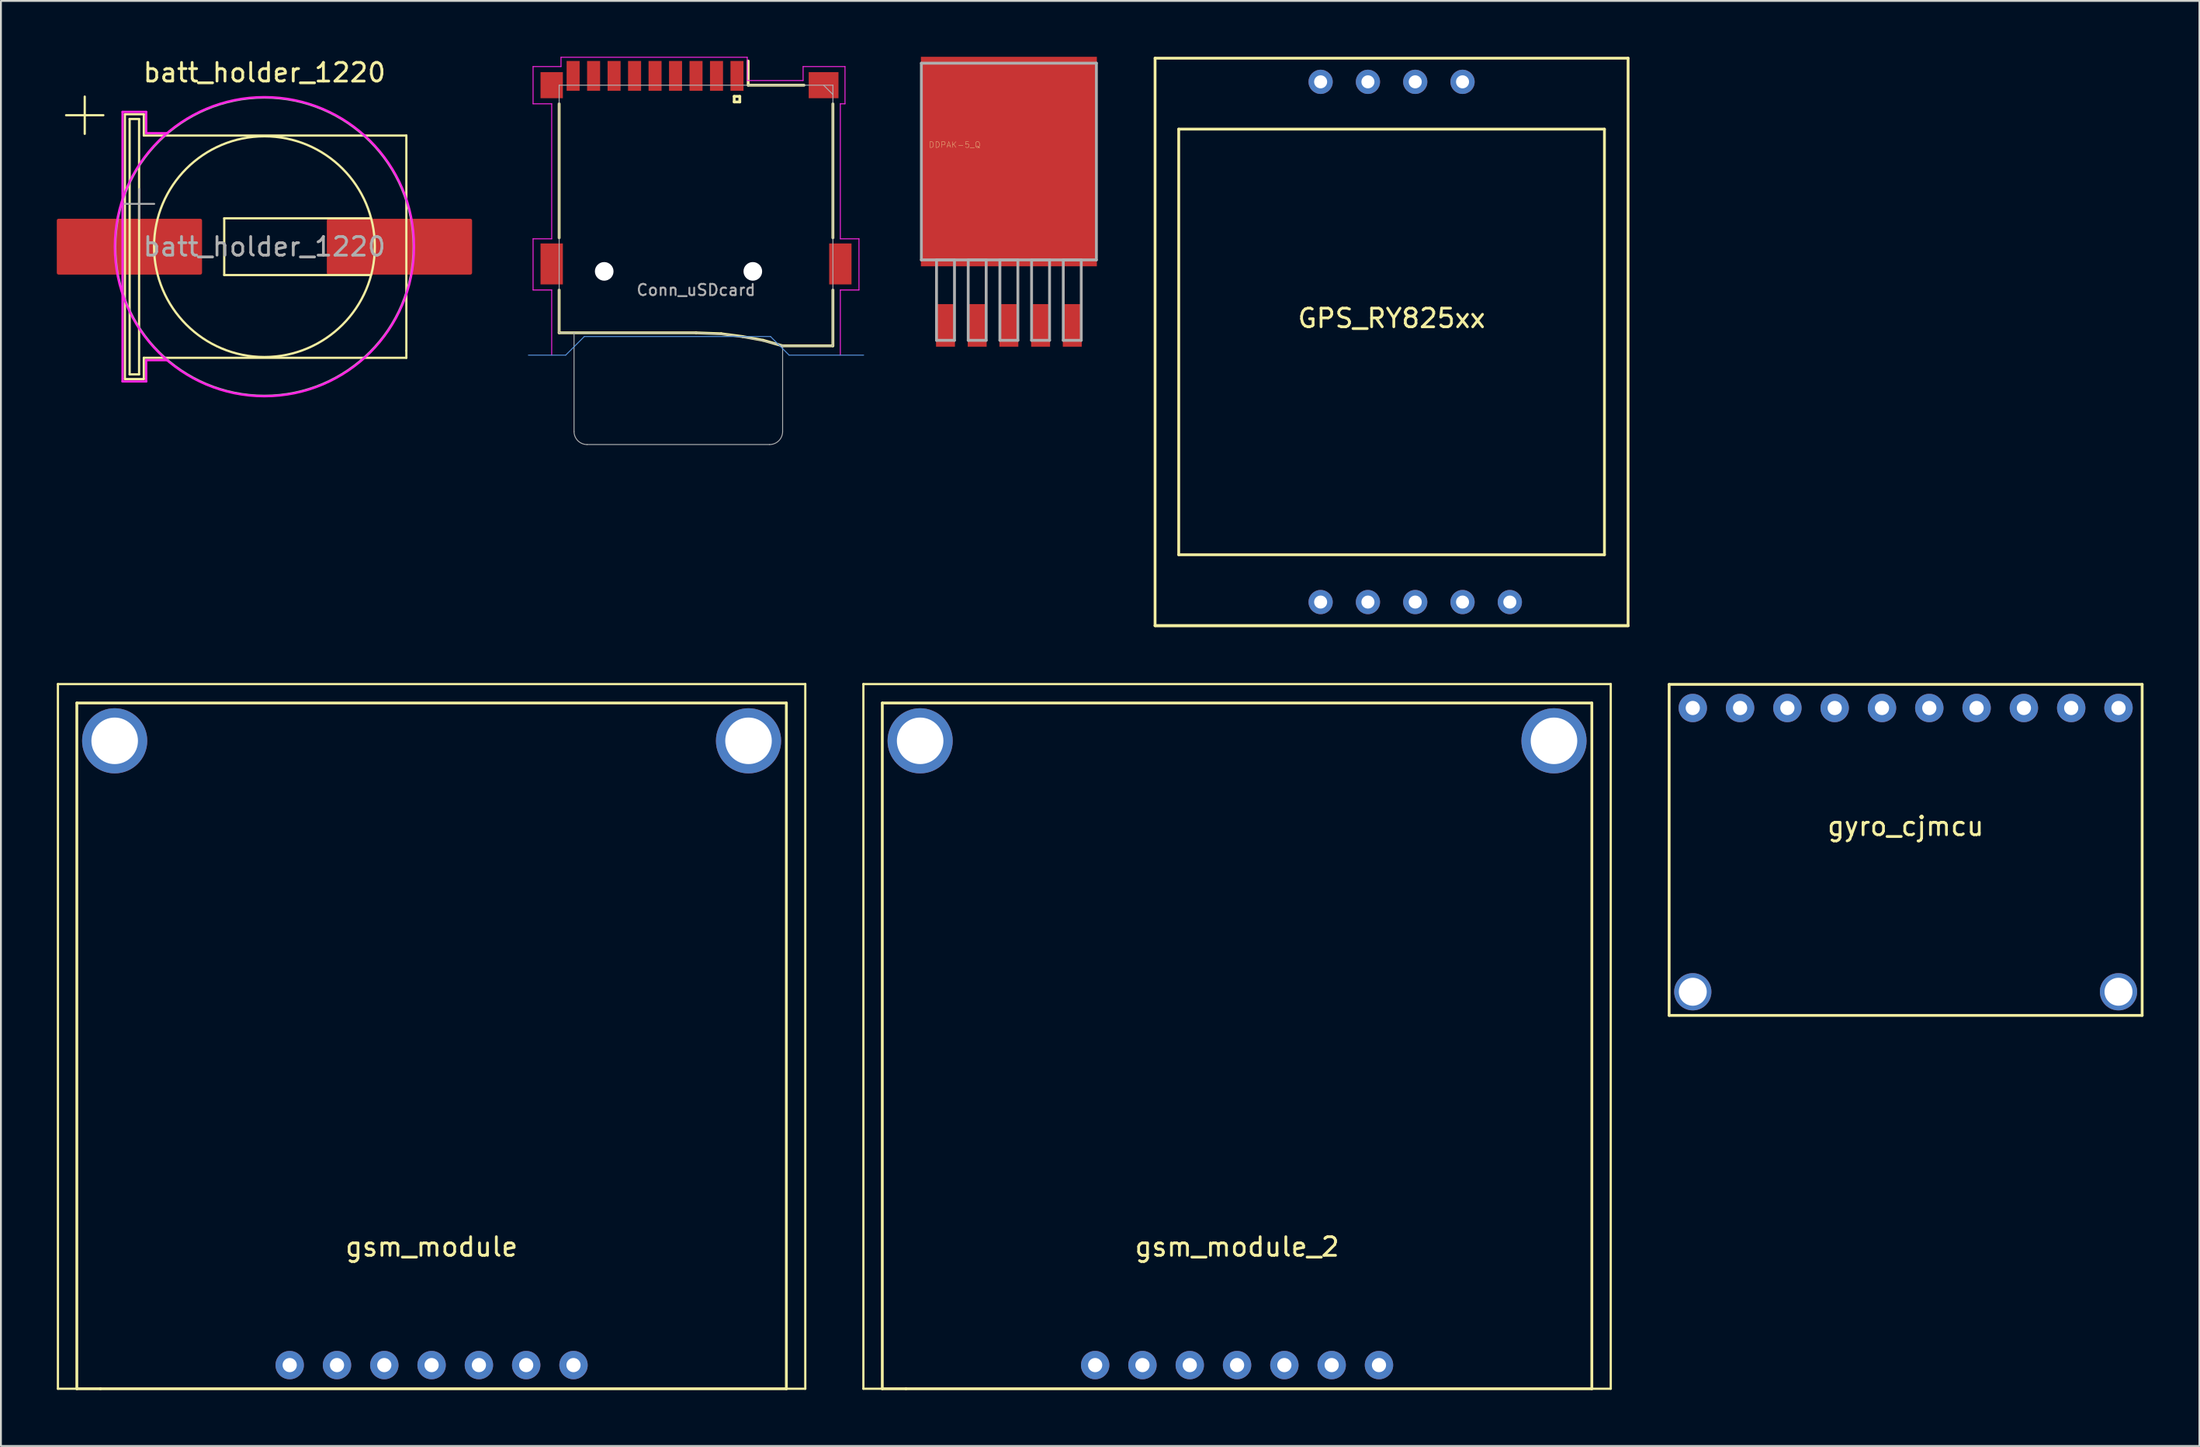
<source format=kicad_pcb>
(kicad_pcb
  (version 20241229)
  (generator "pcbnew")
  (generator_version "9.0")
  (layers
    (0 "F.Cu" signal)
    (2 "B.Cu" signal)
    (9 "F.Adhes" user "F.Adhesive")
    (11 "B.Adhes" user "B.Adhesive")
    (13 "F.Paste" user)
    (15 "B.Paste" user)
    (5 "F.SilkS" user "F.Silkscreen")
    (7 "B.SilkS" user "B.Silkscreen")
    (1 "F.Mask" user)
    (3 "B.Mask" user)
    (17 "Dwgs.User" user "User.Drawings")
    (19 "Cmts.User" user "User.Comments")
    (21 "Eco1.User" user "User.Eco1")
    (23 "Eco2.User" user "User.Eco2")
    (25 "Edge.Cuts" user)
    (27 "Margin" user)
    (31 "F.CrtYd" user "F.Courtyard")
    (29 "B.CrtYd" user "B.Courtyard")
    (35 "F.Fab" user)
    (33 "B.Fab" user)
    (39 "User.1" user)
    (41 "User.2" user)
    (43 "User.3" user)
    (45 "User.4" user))
  (footprint "Conn_uSDcard"
    (layer "F.Cu")
    (at 34.325 11.525)
    (property "Reference" "Conn_uSDcard" (at 0 1 180) (layer "F.Fab") (effects (font (size 0.6 0.6) (thickness 0.1))))
    (attr through_hole)
    (fp_line (start -7.35 -1.8) (end -7.35 -9) (stroke (width 0.15) (type solid)) (layer "F.SilkS"))
    (fp_line (start -7.35 1) (end -7.35 3.3) (stroke (width 0.15) (type solid)) (layer "F.SilkS"))
    (fp_line (start -7.35 3.3) (end 0 3.3) (stroke (width 0.15) (type solid)) (layer "F.SilkS"))
    (fp_line (start 0 3.3) (end 1.35 3.35) (stroke (width 0.15) (type solid)) (layer "F.SilkS"))
    (fp_line (start 1.35 3.35) (end 2.5 3.5) (stroke (width 0.15) (type solid)) (layer "F.SilkS"))
    (fp_line (start 2.05 -9.4) (end 2.05 -9.1) (stroke (width 0.15) (type solid)) (layer "F.SilkS"))
    (fp_line (start 2.05 -9.1) (end 2.35 -9.1) (stroke (width 0.15) (type solid)) (layer "F.SilkS"))
    (fp_line (start 2.35 -9.4) (end 2.05 -9.4) (stroke (width 0.15) (type solid)) (layer "F.SilkS"))
    (fp_line (start 2.35 -9.1) (end 2.35 -9.4) (stroke (width 0.15) (type solid)) (layer "F.SilkS"))
    (fp_line (start 2.5 3.5) (end 3.6 3.7) (stroke (width 0.15) (type solid)) (layer "F.SilkS"))
    (fp_line (start 2.8 -10) (end 2.8 -11.3) (stroke (width 0.15) (type solid)) (layer "F.SilkS"))
    (fp_line (start 2.8 -10) (end 5.8 -10) (stroke (width 0.15) (type solid)) (layer "F.SilkS"))
    (fp_line (start 3.6 3.7) (end 4.65 4) (stroke (width 0.15) (type solid)) (layer "F.SilkS"))
    (fp_line (start 4.65 4) (end 7.35 4) (stroke (width 0.15) (type solid)) (layer "F.SilkS"))
    (fp_line (start 7.35 -9) (end 7.35 -1.8) (stroke (width 0.15) (type solid)) (layer "F.SilkS"))
    (fp_line (start 7.35 4) (end 7.35 1) (stroke (width 0.15) (type solid)) (layer "F.SilkS"))
    (fp_line (start -9 4.5) (end -7 4.5) (stroke (width 0.05) (type solid)) (layer "Cmts.User"))
    (fp_line (start -7 4.5) (end -6 3.5) (stroke (width 0.05) (type solid)) (layer "Cmts.User"))
    (fp_line (start -6 3.5) (end 4 3.5) (stroke (width 0.05) (type solid)) (layer "Cmts.User"))
    (fp_line (start 4 3.5) (end 5 4.5) (stroke (width 0.05) (type solid)) (layer "Cmts.User"))
    (fp_line (start 5 4.5) (end 9 4.5) (stroke (width 0.05) (type solid)) (layer "Cmts.User"))
    (fp_line (start -8.75 -11) (end -7.25 -11) (stroke (width 0.05) (type solid)) (layer "F.CrtYd"))
    (fp_line (start -8.75 -9) (end -8.75 -11) (stroke (width 0.05) (type solid)) (layer "F.CrtYd"))
    (fp_line (start -8.75 -1.75) (end -7.75 -1.75) (stroke (width 0.05) (type solid)) (layer "F.CrtYd"))
    (fp_line (start -8.75 1) (end -8.75 -1.75) (stroke (width 0.05) (type solid)) (layer "F.CrtYd"))
    (fp_line (start -7.75 -9) (end -8.75 -9) (stroke (width 0.05) (type solid)) (layer "F.CrtYd"))
    (fp_line (start -7.75 -1.75) (end -7.75 -9) (stroke (width 0.05) (type solid)) (layer "F.CrtYd"))
    (fp_line (start -7.75 1) (end -8.75 1) (stroke (width 0.05) (type solid)) (layer "F.CrtYd"))
    (fp_line (start -7.75 4.5) (end -7.75 1) (stroke (width 0.05) (type solid)) (layer "F.CrtYd"))
    (fp_line (start -7.25 -11.5) (end 2.75 -11.5) (stroke (width 0.05) (type solid)) (layer "F.CrtYd"))
    (fp_line (start -7.25 -11) (end -7.25 -11.5) (stroke (width 0.05) (type solid)) (layer "F.CrtYd"))
    (fp_line (start 2.75 -11.5) (end 2.75 -10.25) (stroke (width 0.05) (type solid)) (layer "F.CrtYd"))
    (fp_line (start 2.75 -10.25) (end 5.75 -10.25) (stroke (width 0.05) (type solid)) (layer "F.CrtYd"))
    (fp_line (start 5.75 -11) (end 8 -11) (stroke (width 0.05) (type solid)) (layer "F.CrtYd"))
    (fp_line (start 5.75 -10.25) (end 5.75 -11) (stroke (width 0.05) (type solid)) (layer "F.CrtYd"))
    (fp_line (start 7.75 -9) (end 7.75 -1.75) (stroke (width 0.05) (type solid)) (layer "F.CrtYd"))
    (fp_line (start 7.75 -1.75) (end 8.75 -1.75) (stroke (width 0.05) (type solid)) (layer "F.CrtYd"))
    (fp_line (start 7.75 1) (end 7.75 4.5) (stroke (width 0.05) (type solid)) (layer "F.CrtYd"))
    (fp_line (start 8 -11) (end 8 -9) (stroke (width 0.05) (type solid)) (layer "F.CrtYd"))
    (fp_line (start 8 -9) (end 7.75 -9) (stroke (width 0.05) (type solid)) (layer "F.CrtYd"))
    (fp_line (start 8.75 -1.75) (end 8.75 1) (stroke (width 0.05) (type solid)) (layer "F.CrtYd"))
    (fp_line (start 8.75 1) (end 7.75 1) (stroke (width 0.05) (type solid)) (layer "F.CrtYd"))
    (fp_line (start -7.35 -10) (end -7.35 3.3) (stroke (width 0.05) (type solid)) (layer "F.Fab"))
    (fp_line (start -7.35 -10) (end 7.35 -10) (stroke (width 0.05) (type solid)) (layer "F.Fab"))
    (fp_line (start -7.35 3.3) (end 0 3.3) (stroke (width 0.05) (type solid)) (layer "F.Fab"))
    (fp_line (start -6.55 8.6) (end -6.55 3.3) (stroke (width 0.05) (type solid)) (layer "F.Fab"))
    (fp_line (start -5.85 9.3) (end 3.95 9.3) (stroke (width 0.05) (type solid)) (layer "F.Fab"))
    (fp_line (start 0 3.3) (end 1.7 3.4) (stroke (width 0.05) (type solid)) (layer "F.Fab"))
    (fp_line (start 1.7 3.4) (end 3.5 3.7) (stroke (width 0.05) (type solid)) (layer "F.Fab"))
    (fp_line (start 3.5 3.7) (end 4.7 4) (stroke (width 0.05) (type solid)) (layer "F.Fab"))
    (fp_line (start 4.65 4) (end 7.35 4) (stroke (width 0.05) (type solid)) (layer "F.Fab"))
    (fp_line (start 4.65 8.6) (end 4.65 4) (stroke (width 0.05) (type solid)) (layer "F.Fab"))
    (fp_line (start 7.35 -10) (end 7.35 4) (stroke (width 0.05) (type solid)) (layer "F.Fab"))
    (fp_line (start 7.35 -9.5) (end 6.85 -10) (stroke (width 0.05) (type solid)) (layer "F.Fab"))
    (fp_arc (start -5.85 9.3) (mid -6.344975 9.094975) (end -6.55 8.6) (stroke (width 0.05) (type solid)) (layer "F.Fab"))
    (fp_arc (start 4.65 8.6) (mid 4.444975 9.094975) (end 3.95 9.3) (stroke (width 0.05) (type solid)) (layer "F.Fab"))
    (fp_text user "${REFERENCE}" (at 2.1 -9.35 180) (layer "Eco1.User") (effects (font (size 0.3 0.3) (thickness 0.03))))
    (pad "" np_thru_hole circle (at -4.93 0) (size 1 1) (drill 1) (layers "*.Cu"))
    (pad "" np_thru_hole circle (at 3.05 0) (size 1 1) (drill 1) (layers "*.Cu"))
    (pad "1" smd rect (at 2.2 -10.5) (size 0.7 1.6) (layers "F.Cu" "F.Mask" "F.Paste"))
    (pad "2" smd rect (at 1.1 -10.5) (size 0.7 1.6) (layers "F.Cu" "F.Mask" "F.Paste"))
    (pad "3" smd rect (at 0 -10.5) (size 0.7 1.6) (layers "F.Cu" "F.Mask" "F.Paste"))
    (pad "4" smd rect (at -1.1 -10.5) (size 0.7 1.6) (layers "F.Cu" "F.Mask" "F.Paste"))
    (pad "5" smd rect (at -2.2 -10.5) (size 0.7 1.6) (layers "F.Cu" "F.Mask" "F.Paste"))
    (pad "6" smd rect (at -7.75 -10) (size 1.2 1.4) (layers "F.Cu" "F.Mask" "F.Paste"))
    (pad "6" smd rect (at -7.75 -0.4) (size 1.2 2.2) (layers "F.Cu" "F.Mask" "F.Paste"))
    (pad "6" smd rect (at -3.3 -10.5) (size 0.7 1.6) (layers "F.Cu" "F.Mask" "F.Paste"))
    (pad "6" smd rect (at 6.85 -10) (size 1.6 1.4) (layers "F.Cu" "F.Mask" "F.Paste"))
    (pad "6" smd rect (at 7.75 -0.4) (size 1.2 2.2) (layers "F.Cu" "F.Mask" "F.Paste"))
    (pad "7" smd rect (at -4.4 -10.5) (size 0.7 1.6) (layers "F.Cu" "F.Mask" "F.Paste"))
    (pad "8" smd rect (at -5.5 -10.5) (size 0.7 1.6) (layers "F.Cu" "F.Mask" "F.Paste"))
    (pad "9" smd rect (at -6.6 -10.5) (size 0.7 1.6) (layers "F.Cu" "F.Mask" "F.Paste")))
  (footprint "GPS_RY825xx"
    (layer "F.Cu")
    (at 71.675 19.125)
    (property "Reference" "GPS_RY825xx" (at 0 -5.08 0) (layer "F.SilkS") (effects (font (size 1 1) (thickness 0.15))))
    (attr through_hole)
    (fp_line (start -12.7 11.43) (end -12.7 -19.05) (stroke (width 0.15) (type solid)) (layer "F.SilkS"))
    (fp_line (start -12.7 11.43) (end 12.7 11.43) (stroke (width 0.15) (type solid)) (layer "F.SilkS"))
    (fp_line (start -11.43 -15.24) (end 11.43 -15.24) (stroke (width 0.15) (type solid)) (layer "F.SilkS"))
    (fp_line (start -11.43 7.62) (end -11.43 -15.24) (stroke (width 0.15) (type solid)) (layer "F.SilkS"))
    (fp_line (start 11.43 -15.24) (end 11.43 7.62) (stroke (width 0.15) (type solid)) (layer "F.SilkS"))
    (fp_line (start 11.43 7.62) (end -11.43 7.62) (stroke (width 0.15) (type solid)) (layer "F.SilkS"))
    (fp_line (start 12.7 -19.05) (end -12.7 -19.05) (stroke (width 0.15) (type solid)) (layer "F.SilkS"))
    (fp_line (start 12.7 -19.05) (end 12.7 11.43) (stroke (width 0.15) (type solid)) (layer "F.SilkS"))
    (fp_line (start 12.7 11.43) (end -12.7 11.43) (stroke (width 0.15) (type solid)) (layer "F.SilkS"))
    (pad "1" thru_hole circle (at -3.81 10.16) (size 1.3 1.3) (drill 0.7) (layers "*.Cu" "*.Mask"))
    (pad "2" thru_hole circle (at -1.27 10.16) (size 1.3 1.3) (drill 0.7) (layers "*.Cu" "*.Mask"))
    (pad "3" thru_hole circle (at 1.27 10.16) (size 1.3 1.3) (drill 0.7) (layers "*.Cu" "*.Mask"))
    (pad "4" thru_hole circle (at 3.81 10.16) (size 1.3 1.3) (drill 0.7) (layers "*.Cu" "*.Mask"))
    (pad "5" thru_hole circle (at 6.35 10.16) (size 1.3 1.3) (drill 0.7) (layers "*.Cu" "*.Mask"))
    (pad "6" thru_hole circle (at 3.81 -17.78) (size 1.3 1.3) (drill 0.7) (layers "*.Cu" "*.Mask"))
    (pad "7" thru_hole circle (at 1.27 -17.78) (size 1.3 1.3) (drill 0.7) (layers "*.Cu" "*.Mask"))
    (pad "8" thru_hole circle (at -1.27 -17.78) (size 1.3 1.3) (drill 0.7) (layers "*.Cu" "*.Mask"))
    (pad "9" thru_hole circle (at -3.81 -17.78) (size 1.3 1.3) (drill 0.7) (layers "*.Cu" "*.Mask")))
  (footprint "gyro_cjmcu"
    (layer "F.Cu")
    (at 99.279 46.405)
    (property "Reference" "gyro_cjmcu" (at 0 -5.08 0) (layer "F.SilkS") (effects (font (size 1 1) (thickness 0.15))))
    (attr through_hole)
    (fp_line (start -12.7 -12.7) (end -12.7 5.08) (stroke (width 0.15) (type solid)) (layer "F.SilkS"))
    (fp_line (start -12.7 5.08) (end 12.7 5.08) (stroke (width 0.15) (type solid)) (layer "F.SilkS"))
    (fp_line (start 12.7 -12.7) (end -12.7 -12.7) (stroke (width 0.15) (type solid)) (layer "F.SilkS"))
    (fp_line (start 12.7 5.08) (end 12.7 -12.7) (stroke (width 0.15) (type solid)) (layer "F.SilkS"))
    (pad "1" thru_hole circle (at -11.43 -11.43) (size 1.524 1.524) (drill 0.762) (layers "*.Cu" "*.Mask"))
    (pad "2" thru_hole circle (at -8.89 -11.43) (size 1.524 1.524) (drill 0.762) (layers "*.Cu" "*.Mask"))
    (pad "3" thru_hole circle (at -6.35 -11.43) (size 1.524 1.524) (drill 0.762) (layers "*.Cu" "*.Mask"))
    (pad "4" thru_hole circle (at -3.81 -11.43) (size 1.524 1.524) (drill 0.762) (layers "*.Cu" "*.Mask"))
    (pad "5" thru_hole circle (at -1.27 -11.43) (size 1.524 1.524) (drill 0.762) (layers "*.Cu" "*.Mask"))
    (pad "6" thru_hole circle (at 1.27 -11.43) (size 1.524 1.524) (drill 0.762) (layers "*.Cu" "*.Mask"))
    (pad "7" thru_hole circle (at 3.81 -11.43) (size 1.524 1.524) (drill 0.762) (layers "*.Cu" "*.Mask"))
    (pad "8" thru_hole circle (at 6.35 -11.43) (size 1.524 1.524) (drill 0.762) (layers "*.Cu" "*.Mask"))
    (pad "9" thru_hole circle (at -11.43 3.81) (size 2 2) (drill 1.5) (layers "*.Cu" "*.Mask"))
    (pad "9" thru_hole circle (at 8.89 -11.43) (size 1.524 1.524) (drill 0.762) (layers "*.Cu" "*.Mask"))
    (pad "9" thru_hole circle (at 11.43 3.81) (size 2 2) (drill 1.5) (layers "*.Cu" "*.Mask"))
    (pad "10" thru_hole circle (at 11.43 -11.43) (size 1.524 1.524) (drill 0.762) (layers "*.Cu" "*.Mask")))
  (footprint "gsm_module_2"
    (layer "F.Cu")
    (at 63.378 67.726)
    (property "Reference" "gsm_module_2" (at 0 -3.81 0) (layer "F.SilkS") (effects (font (size 1 1) (thickness 0.15))))
    (attr through_hole)
    (fp_line (start -20.066 -34.036) (end -20.066 3.81) (stroke (width 0.12) (type solid)) (layer "F.SilkS"))
    (fp_line (start -20.066 3.81) (end -19.05 3.81) (stroke (width 0.12) (type solid)) (layer "F.SilkS"))
    (fp_line (start -19.05 -33.02) (end -19.05 3.81) (stroke (width 0.15) (type solid)) (layer "F.SilkS"))
    (fp_line (start -19.05 3.81) (end -17.78 3.81) (stroke (width 0.15) (type solid)) (layer "F.SilkS"))
    (fp_line (start -17.78 3.81) (end 19.05 3.81) (stroke (width 0.15) (type solid)) (layer "F.SilkS"))
    (fp_line (start 19.05 -33.02) (end -19.05 -33.02) (stroke (width 0.15) (type solid)) (layer "F.SilkS"))
    (fp_line (start 19.05 3.81) (end 19.05 -33.02) (stroke (width 0.15) (type solid)) (layer "F.SilkS"))
    (fp_line (start 19.05 3.81) (end 20.066 3.81) (stroke (width 0.12) (type solid)) (layer "F.SilkS"))
    (fp_line (start 20.066 -34.036) (end -20.066 -34.036) (stroke (width 0.12) (type solid)) (layer "F.SilkS"))
    (fp_line (start 20.066 3.81) (end 20.066 -34.036) (stroke (width 0.12) (type solid)) (layer "F.SilkS"))
    (pad "1" thru_hole circle (at -17.018 -30.988) (size 3.5 3.5) (drill 2.5) (layers "*.Cu" "*.Mask"))
    (pad "1" thru_hole circle (at -7.62 2.54) (size 1.524 1.524) (drill 0.762) (layers "*.Cu" "*.Mask"))
    (pad "1" thru_hole circle (at 17.018 -30.988) (size 3.5 3.5) (drill 2.5) (layers "*.Cu" "*.Mask"))
    (pad "2" thru_hole circle (at -5.08 2.54) (size 1.524 1.524) (drill 0.762) (layers "*.Cu" "*.Mask"))
    (pad "3" thru_hole circle (at -2.54 2.54) (size 1.524 1.524) (drill 0.762) (layers "*.Cu" "*.Mask"))
    (pad "4" thru_hole circle (at 0 2.54) (size 1.524 1.524) (drill 0.762) (layers "*.Cu" "*.Mask"))
    (pad "5" thru_hole circle (at 2.54 2.54) (size 1.524 1.524) (drill 0.762) (layers "*.Cu" "*.Mask"))
    (pad "6" thru_hole circle (at 5.08 2.54) (size 1.524 1.524) (drill 0.762) (layers "*.Cu" "*.Mask"))
    (pad "7" thru_hole circle (at 7.62 2.54) (size 1.524 1.524) (drill 0.762) (layers "*.Cu" "*.Mask")))
  (footprint "DDPAK-5_Q"
    (layer "F.Cu")
    (at 51.125 5.626)
    (property "Reference" "DDPAK-5_Q" (at -2.912 -0.9 0) (layer "F.SilkS") (effects (font (size 0.315 0.315) (thickness 0.015))))
    (attr through_hole)
    (fp_line (start -4.699 -5.283) (end -4.699 5.283) (stroke (width 0.152) (type solid)) (layer "F.Fab"))
    (fp_line (start -4.699 5.283) (end 4.699 5.283) (stroke (width 0.152) (type solid)) (layer "F.Fab"))
    (fp_line (start -3.886 5.283) (end -3.886 9.601) (stroke (width 0.152) (type solid)) (layer "F.Fab"))
    (fp_line (start -3.886 9.601) (end -2.921 9.601) (stroke (width 0.152) (type solid)) (layer "F.Fab"))
    (fp_line (start -2.921 5.283) (end -3.886 5.283) (stroke (width 0.152) (type solid)) (layer "F.Fab"))
    (fp_line (start -2.921 9.601) (end -2.921 5.283) (stroke (width 0.152) (type solid)) (layer "F.Fab"))
    (fp_line (start -2.184 5.283) (end -2.184 9.601) (stroke (width 0.152) (type solid)) (layer "F.Fab"))
    (fp_line (start -2.184 9.601) (end -1.219 9.601) (stroke (width 0.152) (type solid)) (layer "F.Fab"))
    (fp_line (start -1.219 5.283) (end -2.184 5.283) (stroke (width 0.152) (type solid)) (layer "F.Fab"))
    (fp_line (start -1.219 9.601) (end -1.219 5.283) (stroke (width 0.152) (type solid)) (layer "F.Fab"))
    (fp_line (start -0.483 5.283) (end -0.483 9.601) (stroke (width 0.152) (type solid)) (layer "F.Fab"))
    (fp_line (start -0.483 9.601) (end 0.483 9.601) (stroke (width 0.152) (type solid)) (layer "F.Fab"))
    (fp_line (start 0.483 5.283) (end -0.483 5.283) (stroke (width 0.152) (type solid)) (layer "F.Fab"))
    (fp_line (start 0.483 9.601) (end 0.483 5.283) (stroke (width 0.152) (type solid)) (layer "F.Fab"))
    (fp_line (start 1.219 5.283) (end 1.219 9.601) (stroke (width 0.152) (type solid)) (layer "F.Fab"))
    (fp_line (start 1.219 9.601) (end 2.184 9.601) (stroke (width 0.152) (type solid)) (layer "F.Fab"))
    (fp_line (start 2.184 5.283) (end 1.219 5.283) (stroke (width 0.152) (type solid)) (layer "F.Fab"))
    (fp_line (start 2.184 9.601) (end 2.184 5.283) (stroke (width 0.152) (type solid)) (layer "F.Fab"))
    (fp_line (start 2.921 5.283) (end 2.921 9.601) (stroke (width 0.152) (type solid)) (layer "F.Fab"))
    (fp_line (start 2.921 9.601) (end 3.886 9.601) (stroke (width 0.152) (type solid)) (layer "F.Fab"))
    (fp_line (start 3.886 5.283) (end 2.921 5.283) (stroke (width 0.152) (type solid)) (layer "F.Fab"))
    (fp_line (start 3.886 9.601) (end 3.886 5.283) (stroke (width 0.152) (type solid)) (layer "F.Fab"))
    (fp_line (start 4.699 -5.283) (end -4.699 -5.283) (stroke (width 0.152) (type solid)) (layer "F.Fab"))
    (fp_line (start 4.699 5.283) (end 4.699 -5.283) (stroke (width 0.152) (type solid)) (layer "F.Fab"))
    (pad "1" smd rect (at -3.404 8.801) (size 1.016 2.286) (layers "F.Cu" "F.Mask" "F.Paste"))
    (pad "2" smd rect (at -1.702 8.801) (size 1.016 2.286) (layers "F.Cu" "F.Mask" "F.Paste"))
    (pad "3" smd rect (at 0 8.801) (size 1.016 2.286) (layers "F.Cu" "F.Mask" "F.Paste"))
    (pad "4" smd rect (at 1.702 8.801) (size 1.016 2.286) (layers "F.Cu" "F.Mask" "F.Paste"))
    (pad "5" smd rect (at 3.404 8.801) (size 1.016 2.286) (layers "F.Cu" "F.Mask" "F.Paste"))
    (pad "6" smd rect (at 0 0) (size 9.449 11.252) (layers "F.Cu" "F.Mask" "F.Paste")))
  (footprint "gsm_module"
    (layer "F.Cu")
    (at 20.126 67.726)
    (property "Reference" "gsm_module" (at 0 -3.81 0) (layer "F.SilkS") (effects (font (size 1 1) (thickness 0.15))))
    (attr through_hole)
    (fp_line (start -20.066 -34.036) (end -20.066 3.81) (stroke (width 0.12) (type solid)) (layer "F.SilkS"))
    (fp_line (start -20.066 3.81) (end -19.05 3.81) (stroke (width 0.12) (type solid)) (layer "F.SilkS"))
    (fp_line (start -19.05 -33.02) (end -19.05 3.81) (stroke (width 0.15) (type solid)) (layer "F.SilkS"))
    (fp_line (start -19.05 3.81) (end -17.78 3.81) (stroke (width 0.15) (type solid)) (layer "F.SilkS"))
    (fp_line (start -17.78 3.81) (end 19.05 3.81) (stroke (width 0.15) (type solid)) (layer "F.SilkS"))
    (fp_line (start 19.05 -33.02) (end -19.05 -33.02) (stroke (width 0.15) (type solid)) (layer "F.SilkS"))
    (fp_line (start 19.05 3.81) (end 19.05 -33.02) (stroke (width 0.15) (type solid)) (layer "F.SilkS"))
    (fp_line (start 19.05 3.81) (end 20.066 3.81) (stroke (width 0.12) (type solid)) (layer "F.SilkS"))
    (fp_line (start 20.066 -34.036) (end -20.066 -34.036) (stroke (width 0.12) (type solid)) (layer "F.SilkS"))
    (fp_line (start 20.066 3.81) (end 20.066 -34.036) (stroke (width 0.12) (type solid)) (layer "F.SilkS"))
    (pad "1" thru_hole circle (at -17.018 -30.988) (size 3.5 3.5) (drill 2.5) (layers "*.Cu" "*.Mask"))
    (pad "1" thru_hole circle (at -7.62 2.54) (size 1.524 1.524) (drill 0.762) (layers "*.Cu" "*.Mask"))
    (pad "1" thru_hole circle (at 17.018 -30.988) (size 3.5 3.5) (drill 2.5) (layers "*.Cu" "*.Mask"))
    (pad "2" thru_hole circle (at -5.08 2.54) (size 1.524 1.524) (drill 0.762) (layers "*.Cu" "*.Mask"))
    (pad "3" thru_hole circle (at -2.54 2.54) (size 1.524 1.524) (drill 0.762) (layers "*.Cu" "*.Mask"))
    (pad "4" thru_hole circle (at 0 2.54) (size 1.524 1.524) (drill 0.762) (layers "*.Cu" "*.Mask"))
    (pad "5" thru_hole circle (at 2.54 2.54) (size 1.524 1.524) (drill 0.762) (layers "*.Cu" "*.Mask"))
    (pad "6" thru_hole circle (at 5.08 2.54) (size 1.524 1.524) (drill 0.762) (layers "*.Cu" "*.Mask"))
    (pad "7" thru_hole circle (at 7.62 2.54) (size 1.524 1.524) (drill 0.762) (layers "*.Cu" "*.Mask")))
  (footprint "batt_holder_1220"
    (layer "F.Cu")
    (at 11.15 10.198)
    (property "Reference" "batt_holder_1220" (at 0 -9.35 0) (layer "F.SilkS") (effects (font (size 1 1) (thickness 0.15))))
    (attr smd)
    (fp_line (start -10.65 -7.06) (end -8.65 -7.06) (stroke (width 0.12) (type solid)) (layer "F.SilkS"))
    (fp_line (start -9.65 -8.06) (end -9.65 -6.06) (stroke (width 0.12) (type solid)) (layer "F.SilkS"))
    (fp_line (start -7.493 -7.112) (end -7.493 7.112) (stroke (width 0.12) (type solid)) (layer "F.SilkS"))
    (fp_line (start -7.493 -7.112) (end -6.477 -7.112) (stroke (width 0.12) (type solid)) (layer "F.SilkS"))
    (fp_line (start -7.493 7.112) (end -6.477 7.112) (stroke (width 0.12) (type solid)) (layer "F.SilkS"))
    (fp_line (start -7.239 -6.858) (end -6.731 -6.858) (stroke (width 0.12) (type solid)) (layer "F.SilkS"))
    (fp_line (start -7.239 6.858) (end -7.239 -6.858) (stroke (width 0.12) (type solid)) (layer "F.SilkS"))
    (fp_line (start -6.731 -6.858) (end -6.731 6.858) (stroke (width 0.12) (type solid)) (layer "F.SilkS"))
    (fp_line (start -6.731 6.858) (end -7.239 6.858) (stroke (width 0.12) (type solid)) (layer "F.SilkS"))
    (fp_line (start -6.477 -7.112) (end -6.477 -5.969) (stroke (width 0.12) (type solid)) (layer "F.SilkS"))
    (fp_line (start -6.477 -5.969) (end 7.62 -5.969) (stroke (width 0.12) (type solid)) (layer "F.SilkS"))
    (fp_line (start -6.477 5.969) (end 7.62 5.969) (stroke (width 0.12) (type solid)) (layer "F.SilkS"))
    (fp_line (start -6.477 7.112) (end -6.477 5.969) (stroke (width 0.12) (type solid)) (layer "F.SilkS"))
    (fp_line (start -2.159 -1.524) (end -2.159 1.524) (stroke (width 0.12) (type solid)) (layer "F.SilkS"))
    (fp_line (start -2.159 1.524) (end 5.715 1.524) (stroke (width 0.12) (type solid)) (layer "F.SilkS"))
    (fp_line (start 5.715 -1.524) (end -2.159 -1.524) (stroke (width 0.12) (type solid)) (layer "F.SilkS"))
    (fp_line (start 7.62 -5.969) (end 7.62 5.588) (stroke (width 0.12) (type solid)) (layer "F.SilkS"))
    (fp_line (start 7.62 5.969) (end 7.62 5.588) (stroke (width 0.12) (type solid)) (layer "F.SilkS"))
    (fp_circle (center 0 0) (end 4.191 -4.191) (stroke (width 0.12) (type solid)) (fill no) (layer "F.SilkS"))
    (fp_line (start -7.62 -7.239) (end -7.62 7.239) (stroke (width 0.12) (type solid)) (layer "F.CrtYd"))
    (fp_line (start -7.62 7.239) (end -6.35 7.239) (stroke (width 0.12) (type solid)) (layer "F.CrtYd"))
    (fp_line (start -6.35 -7.239) (end -7.62 -7.239) (stroke (width 0.12) (type solid)) (layer "F.CrtYd"))
    (fp_line (start -6.35 -6.096) (end -6.35 -7.239) (stroke (width 0.12) (type solid)) (layer "F.CrtYd"))
    (fp_line (start -6.35 6.096) (end -5.207 6.096) (stroke (width 0.12) (type solid)) (layer "F.CrtYd"))
    (fp_line (start -6.35 7.239) (end -6.35 6.096) (stroke (width 0.12) (type solid)) (layer "F.CrtYd"))
    (fp_line (start -5.207 -6.096) (end -6.35 -6.096) (stroke (width 0.12) (type solid)) (layer "F.CrtYd"))
    (fp_circle (center 0 0) (end 6.223 -5.08) (stroke (width 0.12) (type solid)) (fill no) (layer "F.CrtYd"))
    (fp_line (start -7.517 -2.3) (end -5.917 -2.3) (stroke (width 0.1) (type solid)) (layer "F.Fab"))
    (fp_line (start -6.717 -3.1) (end -6.717 -1.5) (stroke (width 0.1) (type solid)) (layer "F.Fab"))
    (fp_circle (center 0 0) (end 8 0) (stroke (width 0.1) (type solid)) (fill no) (layer "F.Fab"))
    (fp_text user "${REFERENCE}" (at 0 0 0) (layer "F.Fab") (effects (font (size 1 1) (thickness 0.15))))
    (pad "1" smd roundrect (at -7.25 0) (size 7.8 3) (layers "F.Cu" "F.Mask" "F.Paste") (roundrect_rratio 0.032))
    (pad "2" smd roundrect (at 7.25 0) (size 7.8 3) (layers "F.Cu" "F.Mask" "F.Paste") (roundrect_rratio 0.032)))
  (gr_rect
    (start -3 -3)
    (end 115.054 74.611)
    (stroke (width 0.1) (type default))
    (fill no)
    (layer "Edge.Cuts")))
</source>
